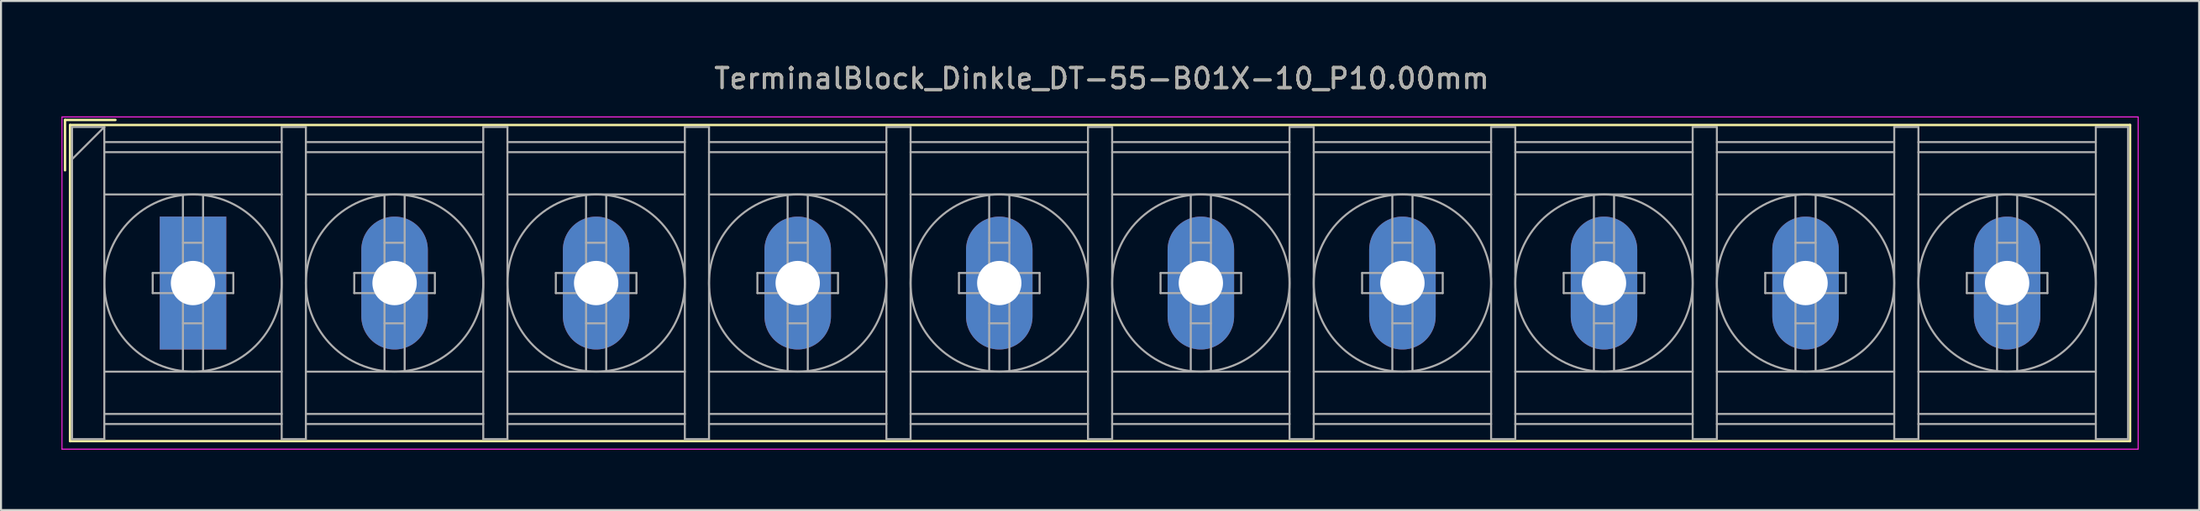
<source format=kicad_pcb>
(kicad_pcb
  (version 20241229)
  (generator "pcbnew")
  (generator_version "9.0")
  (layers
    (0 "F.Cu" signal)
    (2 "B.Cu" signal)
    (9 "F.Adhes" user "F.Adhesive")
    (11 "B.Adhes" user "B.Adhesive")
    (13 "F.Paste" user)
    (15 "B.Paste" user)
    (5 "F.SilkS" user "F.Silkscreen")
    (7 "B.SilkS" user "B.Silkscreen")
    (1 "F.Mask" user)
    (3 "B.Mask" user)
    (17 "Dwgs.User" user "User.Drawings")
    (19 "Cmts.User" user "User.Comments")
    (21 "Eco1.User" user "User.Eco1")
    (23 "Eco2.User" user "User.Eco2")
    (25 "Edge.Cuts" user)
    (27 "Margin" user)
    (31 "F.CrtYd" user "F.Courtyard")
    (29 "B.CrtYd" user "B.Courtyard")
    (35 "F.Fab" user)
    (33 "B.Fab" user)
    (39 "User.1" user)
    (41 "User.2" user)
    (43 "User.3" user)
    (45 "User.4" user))
  (footprint "TerminalBlock_Dinkle_DT-55-B01X-10_P10.00mm"
    (layer "F.Cu")
    (at 6.525 11.008)
    (property "Reference" "TerminalBlock_Dinkle_DT-55-B01X-10_P10.00mm" (at 45.08 -10.16 0) (layer "F.SilkS") (effects (font (size 1 1) (thickness 0.15))))
    (attr through_hole)
    (fp_line (start -6.35 -8.1) (end -3.85 -8.1) (stroke (width 0.12) (type solid)) (layer "F.SilkS"))
    (fp_line (start -6.35 -5.6) (end -6.35 -8.1) (stroke (width 0.12) (type solid)) (layer "F.SilkS"))
    (fp_line (start -6.1 -7.85) (end 96.1 -7.85) (stroke (width 0.12) (type solid)) (layer "F.SilkS"))
    (fp_line (start -6.1 7.85) (end -6.1 -7.85) (stroke (width 0.12) (type solid)) (layer "F.SilkS"))
    (fp_line (start -6.1 7.85) (end 96.1 7.85) (stroke (width 0.12) (type solid)) (layer "F.SilkS"))
    (fp_line (start 96.1 -7.85) (end 96.1 7.85) (stroke (width 0.12) (type solid)) (layer "F.SilkS"))
    (fp_line (start -6.5 -8.25) (end 96.5 -8.25) (stroke (width 0.05) (type solid)) (layer "F.CrtYd"))
    (fp_line (start -6.5 8.25) (end -6.5 -8.25) (stroke (width 0.05) (type solid)) (layer "F.CrtYd"))
    (fp_line (start -6.5 8.25) (end 96.5 8.25) (stroke (width 0.05) (type solid)) (layer "F.CrtYd"))
    (fp_line (start 96.5 -8.25) (end 96.5 8.25) (stroke (width 0.05) (type solid)) (layer "F.CrtYd"))
    (fp_line (start -6 -7.75) (end -6 7.75) (stroke (width 0.1) (type solid)) (layer "F.Fab"))
    (fp_line (start -6 -7.75) (end -4.4 -7.75) (stroke (width 0.1) (type solid)) (layer "F.Fab"))
    (fp_line (start -6 7.75) (end -4.4 7.75) (stroke (width 0.1) (type solid)) (layer "F.Fab"))
    (fp_line (start -4.4 -7.75) (end -6 -6.15) (stroke (width 0.1) (type solid)) (layer "F.Fab"))
    (fp_line (start -4.4 -7.75) (end -4.4 7.75) (stroke (width 0.1) (type solid)) (layer "F.Fab"))
    (fp_line (start -4.4 -7) (end 4.4 -7) (stroke (width 0.1) (type solid)) (layer "F.Fab"))
    (fp_line (start -4.4 -6.5) (end 4.4 -6.5) (stroke (width 0.1) (type solid)) (layer "F.Fab"))
    (fp_line (start -4.4 -4.4) (end 4.4 -4.4) (stroke (width 0.1) (type solid)) (layer "F.Fab"))
    (fp_line (start -4.4 4.4) (end 4.4 4.4) (stroke (width 0.1) (type solid)) (layer "F.Fab"))
    (fp_line (start -4.4 6.5) (end 4.4 6.5) (stroke (width 0.1) (type solid)) (layer "F.Fab"))
    (fp_line (start -4.4 7) (end 4.4 7) (stroke (width 0.1) (type solid)) (layer "F.Fab"))
    (fp_line (start -2 -0.5) (end -2 0.5) (stroke (width 0.1) (type solid)) (layer "F.Fab"))
    (fp_line (start -2 0.5) (end -0.5 0.5) (stroke (width 0.1) (type solid)) (layer "F.Fab"))
    (fp_line (start -0.5 -4.35) (end -0.5 -0.5) (stroke (width 0.1) (type solid)) (layer "F.Fab"))
    (fp_line (start -0.5 -2) (end 0.5 -2) (stroke (width 0.1) (type solid)) (layer "F.Fab"))
    (fp_line (start -0.5 -0.5) (end -2 -0.5) (stroke (width 0.1) (type solid)) (layer "F.Fab"))
    (fp_line (start -0.5 0.5) (end -0.5 4.35) (stroke (width 0.1) (type solid)) (layer "F.Fab"))
    (fp_line (start -0.5 2) (end 0.5 2) (stroke (width 0.1) (type solid)) (layer "F.Fab"))
    (fp_line (start 0.5 -4.35) (end 0.5 -0.5) (stroke (width 0.1) (type solid)) (layer "F.Fab"))
    (fp_line (start 0.5 -0.5) (end 2 -0.5) (stroke (width 0.1) (type solid)) (layer "F.Fab"))
    (fp_line (start 0.5 0.5) (end 0.5 4.35) (stroke (width 0.1) (type solid)) (layer "F.Fab"))
    (fp_line (start 2 -0.5) (end 2 0.5) (stroke (width 0.1) (type solid)) (layer "F.Fab"))
    (fp_line (start 2 0.5) (end 0.5 0.5) (stroke (width 0.1) (type solid)) (layer "F.Fab"))
    (fp_line (start 4.4 -7.75) (end 4.4 7.75) (stroke (width 0.1) (type solid)) (layer "F.Fab"))
    (fp_line (start 4.4 -7.75) (end 5.6 -7.75) (stroke (width 0.1) (type solid)) (layer "F.Fab"))
    (fp_line (start 4.4 7.75) (end 5.6 7.75) (stroke (width 0.1) (type solid)) (layer "F.Fab"))
    (fp_line (start 5.6 -7.75) (end 5.6 7.75) (stroke (width 0.1) (type solid)) (layer "F.Fab"))
    (fp_line (start 5.6 -7) (end 14.4 -7) (stroke (width 0.1) (type solid)) (layer "F.Fab"))
    (fp_line (start 5.6 -6.5) (end 14.4 -6.5) (stroke (width 0.1) (type solid)) (layer "F.Fab"))
    (fp_line (start 5.6 -4.4) (end 14.4 -4.4) (stroke (width 0.1) (type solid)) (layer "F.Fab"))
    (fp_line (start 5.6 4.4) (end 14.4 4.4) (stroke (width 0.1) (type solid)) (layer "F.Fab"))
    (fp_line (start 5.6 6.5) (end 14.4 6.5) (stroke (width 0.1) (type solid)) (layer "F.Fab"))
    (fp_line (start 5.6 7) (end 14.4 7) (stroke (width 0.1) (type solid)) (layer "F.Fab"))
    (fp_line (start 8 -0.5) (end 8 0.5) (stroke (width 0.1) (type solid)) (layer "F.Fab"))
    (fp_line (start 8 0.5) (end 9.5 0.5) (stroke (width 0.1) (type solid)) (layer "F.Fab"))
    (fp_line (start 9.5 -4.35) (end 9.5 -0.5) (stroke (width 0.1) (type solid)) (layer "F.Fab"))
    (fp_line (start 9.5 -2) (end 10.5 -2) (stroke (width 0.1) (type solid)) (layer "F.Fab"))
    (fp_line (start 9.5 -0.5) (end 8 -0.5) (stroke (width 0.1) (type solid)) (layer "F.Fab"))
    (fp_line (start 9.5 0.5) (end 9.5 4.35) (stroke (width 0.1) (type solid)) (layer "F.Fab"))
    (fp_line (start 9.5 2) (end 10.5 2) (stroke (width 0.1) (type solid)) (layer "F.Fab"))
    (fp_line (start 10.5 -4.35) (end 10.5 -0.5) (stroke (width 0.1) (type solid)) (layer "F.Fab"))
    (fp_line (start 10.5 -0.5) (end 12 -0.5) (stroke (width 0.1) (type solid)) (layer "F.Fab"))
    (fp_line (start 10.5 0.5) (end 10.5 4.35) (stroke (width 0.1) (type solid)) (layer "F.Fab"))
    (fp_line (start 12 -0.5) (end 12 0.5) (stroke (width 0.1) (type solid)) (layer "F.Fab"))
    (fp_line (start 12 0.5) (end 10.5 0.5) (stroke (width 0.1) (type solid)) (layer "F.Fab"))
    (fp_line (start 14.4 -7.75) (end 14.4 7.75) (stroke (width 0.1) (type solid)) (layer "F.Fab"))
    (fp_line (start 14.4 -7.75) (end 15.6 -7.75) (stroke (width 0.1) (type solid)) (layer "F.Fab"))
    (fp_line (start 14.4 7.75) (end 15.6 7.75) (stroke (width 0.1) (type solid)) (layer "F.Fab"))
    (fp_line (start 15.6 -7.75) (end 15.6 7.75) (stroke (width 0.1) (type solid)) (layer "F.Fab"))
    (fp_line (start 15.6 -7) (end 24.4 -7) (stroke (width 0.1) (type solid)) (layer "F.Fab"))
    (fp_line (start 15.6 -6.5) (end 24.4 -6.5) (stroke (width 0.1) (type solid)) (layer "F.Fab"))
    (fp_line (start 15.6 -4.4) (end 24.4 -4.4) (stroke (width 0.1) (type solid)) (layer "F.Fab"))
    (fp_line (start 15.6 4.4) (end 24.4 4.4) (stroke (width 0.1) (type solid)) (layer "F.Fab"))
    (fp_line (start 15.6 6.5) (end 24.4 6.5) (stroke (width 0.1) (type solid)) (layer "F.Fab"))
    (fp_line (start 15.6 7) (end 24.4 7) (stroke (width 0.1) (type solid)) (layer "F.Fab"))
    (fp_line (start 18 -0.5) (end 18 0.5) (stroke (width 0.1) (type solid)) (layer "F.Fab"))
    (fp_line (start 18 0.5) (end 19.5 0.5) (stroke (width 0.1) (type solid)) (layer "F.Fab"))
    (fp_line (start 19.5 -4.35) (end 19.5 -0.5) (stroke (width 0.1) (type solid)) (layer "F.Fab"))
    (fp_line (start 19.5 -2) (end 20.5 -2) (stroke (width 0.1) (type solid)) (layer "F.Fab"))
    (fp_line (start 19.5 -0.5) (end 18 -0.5) (stroke (width 0.1) (type solid)) (layer "F.Fab"))
    (fp_line (start 19.5 0.5) (end 19.5 4.35) (stroke (width 0.1) (type solid)) (layer "F.Fab"))
    (fp_line (start 19.5 2) (end 20.5 2) (stroke (width 0.1) (type solid)) (layer "F.Fab"))
    (fp_line (start 20.5 -4.35) (end 20.5 -0.5) (stroke (width 0.1) (type solid)) (layer "F.Fab"))
    (fp_line (start 20.5 -0.5) (end 22 -0.5) (stroke (width 0.1) (type solid)) (layer "F.Fab"))
    (fp_line (start 20.5 0.5) (end 20.5 4.35) (stroke (width 0.1) (type solid)) (layer "F.Fab"))
    (fp_line (start 22 -0.5) (end 22 0.5) (stroke (width 0.1) (type solid)) (layer "F.Fab"))
    (fp_line (start 22 0.5) (end 20.5 0.5) (stroke (width 0.1) (type solid)) (layer "F.Fab"))
    (fp_line (start 24.4 -7.75) (end 24.4 7.75) (stroke (width 0.1) (type solid)) (layer "F.Fab"))
    (fp_line (start 24.4 -7.75) (end 25.6 -7.75) (stroke (width 0.1) (type solid)) (layer "F.Fab"))
    (fp_line (start 24.4 7.75) (end 25.6 7.75) (stroke (width 0.1) (type solid)) (layer "F.Fab"))
    (fp_line (start 25.6 -7.75) (end 25.6 7.75) (stroke (width 0.1) (type solid)) (layer "F.Fab"))
    (fp_line (start 25.6 -7) (end 34.4 -7) (stroke (width 0.1) (type solid)) (layer "F.Fab"))
    (fp_line (start 25.6 -6.5) (end 34.4 -6.5) (stroke (width 0.1) (type solid)) (layer "F.Fab"))
    (fp_line (start 25.6 -4.4) (end 34.4 -4.4) (stroke (width 0.1) (type solid)) (layer "F.Fab"))
    (fp_line (start 25.6 4.4) (end 34.4 4.4) (stroke (width 0.1) (type solid)) (layer "F.Fab"))
    (fp_line (start 25.6 6.5) (end 34.4 6.5) (stroke (width 0.1) (type solid)) (layer "F.Fab"))
    (fp_line (start 25.6 7) (end 34.4 7) (stroke (width 0.1) (type solid)) (layer "F.Fab"))
    (fp_line (start 28 -0.5) (end 28 0.5) (stroke (width 0.1) (type solid)) (layer "F.Fab"))
    (fp_line (start 28 0.5) (end 29.5 0.5) (stroke (width 0.1) (type solid)) (layer "F.Fab"))
    (fp_line (start 29.5 -4.35) (end 29.5 -0.5) (stroke (width 0.1) (type solid)) (layer "F.Fab"))
    (fp_line (start 29.5 -2) (end 30.5 -2) (stroke (width 0.1) (type solid)) (layer "F.Fab"))
    (fp_line (start 29.5 -0.5) (end 28 -0.5) (stroke (width 0.1) (type solid)) (layer "F.Fab"))
    (fp_line (start 29.5 0.5) (end 29.5 4.35) (stroke (width 0.1) (type solid)) (layer "F.Fab"))
    (fp_line (start 29.5 2) (end 30.5 2) (stroke (width 0.1) (type solid)) (layer "F.Fab"))
    (fp_line (start 30.5 -4.35) (end 30.5 -0.5) (stroke (width 0.1) (type solid)) (layer "F.Fab"))
    (fp_line (start 30.5 -0.5) (end 32 -0.5) (stroke (width 0.1) (type solid)) (layer "F.Fab"))
    (fp_line (start 30.5 0.5) (end 30.5 4.35) (stroke (width 0.1) (type solid)) (layer "F.Fab"))
    (fp_line (start 32 -0.5) (end 32 0.5) (stroke (width 0.1) (type solid)) (layer "F.Fab"))
    (fp_line (start 32 0.5) (end 30.5 0.5) (stroke (width 0.1) (type solid)) (layer "F.Fab"))
    (fp_line (start 34.4 -7.75) (end 34.4 7.75) (stroke (width 0.1) (type solid)) (layer "F.Fab"))
    (fp_line (start 34.4 -7.75) (end 35.6 -7.75) (stroke (width 0.1) (type solid)) (layer "F.Fab"))
    (fp_line (start 34.4 7.75) (end 35.6 7.75) (stroke (width 0.1) (type solid)) (layer "F.Fab"))
    (fp_line (start 35.6 -7.75) (end 35.6 7.75) (stroke (width 0.1) (type solid)) (layer "F.Fab"))
    (fp_line (start 35.6 -7) (end 44.4 -7) (stroke (width 0.1) (type solid)) (layer "F.Fab"))
    (fp_line (start 35.6 -6.5) (end 44.4 -6.5) (stroke (width 0.1) (type solid)) (layer "F.Fab"))
    (fp_line (start 35.6 -4.4) (end 44.4 -4.4) (stroke (width 0.1) (type solid)) (layer "F.Fab"))
    (fp_line (start 35.6 4.4) (end 44.4 4.4) (stroke (width 0.1) (type solid)) (layer "F.Fab"))
    (fp_line (start 35.6 6.5) (end 44.4 6.5) (stroke (width 0.1) (type solid)) (layer "F.Fab"))
    (fp_line (start 35.6 7) (end 44.4 7) (stroke (width 0.1) (type solid)) (layer "F.Fab"))
    (fp_line (start 38 -0.5) (end 38 0.5) (stroke (width 0.1) (type solid)) (layer "F.Fab"))
    (fp_line (start 38 0.5) (end 39.5 0.5) (stroke (width 0.1) (type solid)) (layer "F.Fab"))
    (fp_line (start 39.5 -4.35) (end 39.5 -0.5) (stroke (width 0.1) (type solid)) (layer "F.Fab"))
    (fp_line (start 39.5 -2) (end 40.5 -2) (stroke (width 0.1) (type solid)) (layer "F.Fab"))
    (fp_line (start 39.5 -0.5) (end 38 -0.5) (stroke (width 0.1) (type solid)) (layer "F.Fab"))
    (fp_line (start 39.5 0.5) (end 39.5 4.35) (stroke (width 0.1) (type solid)) (layer "F.Fab"))
    (fp_line (start 39.5 2) (end 40.5 2) (stroke (width 0.1) (type solid)) (layer "F.Fab"))
    (fp_line (start 40.5 -4.35) (end 40.5 -0.5) (stroke (width 0.1) (type solid)) (layer "F.Fab"))
    (fp_line (start 40.5 -0.5) (end 42 -0.5) (stroke (width 0.1) (type solid)) (layer "F.Fab"))
    (fp_line (start 40.5 0.5) (end 40.5 4.35) (stroke (width 0.1) (type solid)) (layer "F.Fab"))
    (fp_line (start 42 -0.5) (end 42 0.5) (stroke (width 0.1) (type solid)) (layer "F.Fab"))
    (fp_line (start 42 0.5) (end 40.5 0.5) (stroke (width 0.1) (type solid)) (layer "F.Fab"))
    (fp_line (start 44.4 -7.75) (end 44.4 7.75) (stroke (width 0.1) (type solid)) (layer "F.Fab"))
    (fp_line (start 44.4 -7.75) (end 45.6 -7.75) (stroke (width 0.1) (type solid)) (layer "F.Fab"))
    (fp_line (start 44.4 7.75) (end 45.6 7.75) (stroke (width 0.1) (type solid)) (layer "F.Fab"))
    (fp_line (start 45.6 -7.75) (end 45.6 7.75) (stroke (width 0.1) (type solid)) (layer "F.Fab"))
    (fp_line (start 45.6 -7) (end 54.4 -7) (stroke (width 0.1) (type solid)) (layer "F.Fab"))
    (fp_line (start 45.6 -6.5) (end 54.4 -6.5) (stroke (width 0.1) (type solid)) (layer "F.Fab"))
    (fp_line (start 45.6 -4.4) (end 54.4 -4.4) (stroke (width 0.1) (type solid)) (layer "F.Fab"))
    (fp_line (start 45.6 4.4) (end 54.4 4.4) (stroke (width 0.1) (type solid)) (layer "F.Fab"))
    (fp_line (start 45.6 6.5) (end 54.4 6.5) (stroke (width 0.1) (type solid)) (layer "F.Fab"))
    (fp_line (start 45.6 7) (end 54.4 7) (stroke (width 0.1) (type solid)) (layer "F.Fab"))
    (fp_line (start 48 -0.5) (end 48 0.5) (stroke (width 0.1) (type solid)) (layer "F.Fab"))
    (fp_line (start 48 0.5) (end 49.5 0.5) (stroke (width 0.1) (type solid)) (layer "F.Fab"))
    (fp_line (start 49.5 -4.35) (end 49.5 -0.5) (stroke (width 0.1) (type solid)) (layer "F.Fab"))
    (fp_line (start 49.5 -2) (end 50.5 -2) (stroke (width 0.1) (type solid)) (layer "F.Fab"))
    (fp_line (start 49.5 -0.5) (end 48 -0.5) (stroke (width 0.1) (type solid)) (layer "F.Fab"))
    (fp_line (start 49.5 0.5) (end 49.5 4.35) (stroke (width 0.1) (type solid)) (layer "F.Fab"))
    (fp_line (start 49.5 2) (end 50.5 2) (stroke (width 0.1) (type solid)) (layer "F.Fab"))
    (fp_line (start 50.5 -4.35) (end 50.5 -0.5) (stroke (width 0.1) (type solid)) (layer "F.Fab"))
    (fp_line (start 50.5 -0.5) (end 52 -0.5) (stroke (width 0.1) (type solid)) (layer "F.Fab"))
    (fp_line (start 50.5 0.5) (end 50.5 4.35) (stroke (width 0.1) (type solid)) (layer "F.Fab"))
    (fp_line (start 52 -0.5) (end 52 0.5) (stroke (width 0.1) (type solid)) (layer "F.Fab"))
    (fp_line (start 52 0.5) (end 50.5 0.5) (stroke (width 0.1) (type solid)) (layer "F.Fab"))
    (fp_line (start 54.4 -7.75) (end 54.4 7.75) (stroke (width 0.1) (type solid)) (layer "F.Fab"))
    (fp_line (start 54.4 -7.75) (end 55.6 -7.75) (stroke (width 0.1) (type solid)) (layer "F.Fab"))
    (fp_line (start 54.4 7.75) (end 55.6 7.75) (stroke (width 0.1) (type solid)) (layer "F.Fab"))
    (fp_line (start 55.6 -7.75) (end 55.6 7.75) (stroke (width 0.1) (type solid)) (layer "F.Fab"))
    (fp_line (start 55.6 -7) (end 64.4 -7) (stroke (width 0.1) (type solid)) (layer "F.Fab"))
    (fp_line (start 55.6 -6.5) (end 64.4 -6.5) (stroke (width 0.1) (type solid)) (layer "F.Fab"))
    (fp_line (start 55.6 -4.4) (end 64.4 -4.4) (stroke (width 0.1) (type solid)) (layer "F.Fab"))
    (fp_line (start 55.6 4.4) (end 64.4 4.4) (stroke (width 0.1) (type solid)) (layer "F.Fab"))
    (fp_line (start 55.6 6.5) (end 64.4 6.5) (stroke (width 0.1) (type solid)) (layer "F.Fab"))
    (fp_line (start 55.6 7) (end 64.4 7) (stroke (width 0.1) (type solid)) (layer "F.Fab"))
    (fp_line (start 58 -0.5) (end 58 0.5) (stroke (width 0.1) (type solid)) (layer "F.Fab"))
    (fp_line (start 58 0.5) (end 59.5 0.5) (stroke (width 0.1) (type solid)) (layer "F.Fab"))
    (fp_line (start 59.5 -4.35) (end 59.5 -0.5) (stroke (width 0.1) (type solid)) (layer "F.Fab"))
    (fp_line (start 59.5 -2) (end 60.5 -2) (stroke (width 0.1) (type solid)) (layer "F.Fab"))
    (fp_line (start 59.5 -0.5) (end 58 -0.5) (stroke (width 0.1) (type solid)) (layer "F.Fab"))
    (fp_line (start 59.5 0.5) (end 59.5 4.35) (stroke (width 0.1) (type solid)) (layer "F.Fab"))
    (fp_line (start 59.5 2) (end 60.5 2) (stroke (width 0.1) (type solid)) (layer "F.Fab"))
    (fp_line (start 60.5 -4.35) (end 60.5 -0.5) (stroke (width 0.1) (type solid)) (layer "F.Fab"))
    (fp_line (start 60.5 -0.5) (end 62 -0.5) (stroke (width 0.1) (type solid)) (layer "F.Fab"))
    (fp_line (start 60.5 0.5) (end 60.5 4.35) (stroke (width 0.1) (type solid)) (layer "F.Fab"))
    (fp_line (start 62 -0.5) (end 62 0.5) (stroke (width 0.1) (type solid)) (layer "F.Fab"))
    (fp_line (start 62 0.5) (end 60.5 0.5) (stroke (width 0.1) (type solid)) (layer "F.Fab"))
    (fp_line (start 64.4 -7.75) (end 64.4 7.75) (stroke (width 0.1) (type solid)) (layer "F.Fab"))
    (fp_line (start 64.4 -7.75) (end 65.6 -7.75) (stroke (width 0.1) (type solid)) (layer "F.Fab"))
    (fp_line (start 64.4 7.75) (end 65.6 7.75) (stroke (width 0.1) (type solid)) (layer "F.Fab"))
    (fp_line (start 65.6 -7.75) (end 65.6 7.75) (stroke (width 0.1) (type solid)) (layer "F.Fab"))
    (fp_line (start 65.6 -7) (end 74.4 -7) (stroke (width 0.1) (type solid)) (layer "F.Fab"))
    (fp_line (start 65.6 -6.5) (end 74.4 -6.5) (stroke (width 0.1) (type solid)) (layer "F.Fab"))
    (fp_line (start 65.6 -4.4) (end 74.4 -4.4) (stroke (width 0.1) (type solid)) (layer "F.Fab"))
    (fp_line (start 65.6 4.4) (end 74.4 4.4) (stroke (width 0.1) (type solid)) (layer "F.Fab"))
    (fp_line (start 65.6 6.5) (end 74.4 6.5) (stroke (width 0.1) (type solid)) (layer "F.Fab"))
    (fp_line (start 65.6 7) (end 74.4 7) (stroke (width 0.1) (type solid)) (layer "F.Fab"))
    (fp_line (start 68 -0.5) (end 68 0.5) (stroke (width 0.1) (type solid)) (layer "F.Fab"))
    (fp_line (start 68 0.5) (end 69.5 0.5) (stroke (width 0.1) (type solid)) (layer "F.Fab"))
    (fp_line (start 69.5 -4.35) (end 69.5 -0.5) (stroke (width 0.1) (type solid)) (layer "F.Fab"))
    (fp_line (start 69.5 -2) (end 70.5 -2) (stroke (width 0.1) (type solid)) (layer "F.Fab"))
    (fp_line (start 69.5 -0.5) (end 68 -0.5) (stroke (width 0.1) (type solid)) (layer "F.Fab"))
    (fp_line (start 69.5 0.5) (end 69.5 4.35) (stroke (width 0.1) (type solid)) (layer "F.Fab"))
    (fp_line (start 69.5 2) (end 70.5 2) (stroke (width 0.1) (type solid)) (layer "F.Fab"))
    (fp_line (start 70.5 -4.35) (end 70.5 -0.5) (stroke (width 0.1) (type solid)) (layer "F.Fab"))
    (fp_line (start 70.5 -0.5) (end 72 -0.5) (stroke (width 0.1) (type solid)) (layer "F.Fab"))
    (fp_line (start 70.5 0.5) (end 70.5 4.35) (stroke (width 0.1) (type solid)) (layer "F.Fab"))
    (fp_line (start 72 -0.5) (end 72 0.5) (stroke (width 0.1) (type solid)) (layer "F.Fab"))
    (fp_line (start 72 0.5) (end 70.5 0.5) (stroke (width 0.1) (type solid)) (layer "F.Fab"))
    (fp_line (start 74.4 -7.75) (end 74.4 7.75) (stroke (width 0.1) (type solid)) (layer "F.Fab"))
    (fp_line (start 74.4 -7.75) (end 75.6 -7.75) (stroke (width 0.1) (type solid)) (layer "F.Fab"))
    (fp_line (start 74.4 7.75) (end 75.6 7.75) (stroke (width 0.1) (type solid)) (layer "F.Fab"))
    (fp_line (start 75.6 -7.75) (end 75.6 7.75) (stroke (width 0.1) (type solid)) (layer "F.Fab"))
    (fp_line (start 75.6 -7) (end 84.4 -7) (stroke (width 0.1) (type solid)) (layer "F.Fab"))
    (fp_line (start 75.6 -6.5) (end 84.4 -6.5) (stroke (width 0.1) (type solid)) (layer "F.Fab"))
    (fp_line (start 75.6 -4.4) (end 84.4 -4.4) (stroke (width 0.1) (type solid)) (layer "F.Fab"))
    (fp_line (start 75.6 4.4) (end 84.4 4.4) (stroke (width 0.1) (type solid)) (layer "F.Fab"))
    (fp_line (start 75.6 6.5) (end 84.4 6.5) (stroke (width 0.1) (type solid)) (layer "F.Fab"))
    (fp_line (start 75.6 7) (end 84.4 7) (stroke (width 0.1) (type solid)) (layer "F.Fab"))
    (fp_line (start 78 -0.5) (end 78 0.5) (stroke (width 0.1) (type solid)) (layer "F.Fab"))
    (fp_line (start 78 0.5) (end 79.5 0.5) (stroke (width 0.1) (type solid)) (layer "F.Fab"))
    (fp_line (start 79.5 -4.35) (end 79.5 -0.5) (stroke (width 0.1) (type solid)) (layer "F.Fab"))
    (fp_line (start 79.5 -2) (end 80.5 -2) (stroke (width 0.1) (type solid)) (layer "F.Fab"))
    (fp_line (start 79.5 -0.5) (end 78 -0.5) (stroke (width 0.1) (type solid)) (layer "F.Fab"))
    (fp_line (start 79.5 0.5) (end 79.5 4.35) (stroke (width 0.1) (type solid)) (layer "F.Fab"))
    (fp_line (start 79.5 2) (end 80.5 2) (stroke (width 0.1) (type solid)) (layer "F.Fab"))
    (fp_line (start 80.5 -4.35) (end 80.5 -0.5) (stroke (width 0.1) (type solid)) (layer "F.Fab"))
    (fp_line (start 80.5 -0.5) (end 82 -0.5) (stroke (width 0.1) (type solid)) (layer "F.Fab"))
    (fp_line (start 80.5 0.5) (end 80.5 4.35) (stroke (width 0.1) (type solid)) (layer "F.Fab"))
    (fp_line (start 82 -0.5) (end 82 0.5) (stroke (width 0.1) (type solid)) (layer "F.Fab"))
    (fp_line (start 82 0.5) (end 80.5 0.5) (stroke (width 0.1) (type solid)) (layer "F.Fab"))
    (fp_line (start 84.4 -7.75) (end 84.4 7.75) (stroke (width 0.1) (type solid)) (layer "F.Fab"))
    (fp_line (start 84.4 -7.75) (end 85.6 -7.75) (stroke (width 0.1) (type solid)) (layer "F.Fab"))
    (fp_line (start 84.4 7.75) (end 85.6 7.75) (stroke (width 0.1) (type solid)) (layer "F.Fab"))
    (fp_line (start 85.6 -7.75) (end 85.6 7.75) (stroke (width 0.1) (type solid)) (layer "F.Fab"))
    (fp_line (start 85.6 -7) (end 94.4 -7) (stroke (width 0.1) (type solid)) (layer "F.Fab"))
    (fp_line (start 85.6 -6.5) (end 94.4 -6.5) (stroke (width 0.1) (type solid)) (layer "F.Fab"))
    (fp_line (start 85.6 -4.4) (end 94.4 -4.4) (stroke (width 0.1) (type solid)) (layer "F.Fab"))
    (fp_line (start 85.6 4.4) (end 94.4 4.4) (stroke (width 0.1) (type solid)) (layer "F.Fab"))
    (fp_line (start 85.6 6.5) (end 94.4 6.5) (stroke (width 0.1) (type solid)) (layer "F.Fab"))
    (fp_line (start 85.6 7) (end 94.4 7) (stroke (width 0.1) (type solid)) (layer "F.Fab"))
    (fp_line (start 88 -0.5) (end 88 0.5) (stroke (width 0.1) (type solid)) (layer "F.Fab"))
    (fp_line (start 88 0.5) (end 89.5 0.5) (stroke (width 0.1) (type solid)) (layer "F.Fab"))
    (fp_line (start 89.5 -4.35) (end 89.5 -0.5) (stroke (width 0.1) (type solid)) (layer "F.Fab"))
    (fp_line (start 89.5 -2) (end 90.5 -2) (stroke (width 0.1) (type solid)) (layer "F.Fab"))
    (fp_line (start 89.5 -0.5) (end 88 -0.5) (stroke (width 0.1) (type solid)) (layer "F.Fab"))
    (fp_line (start 89.5 0.5) (end 89.5 4.35) (stroke (width 0.1) (type solid)) (layer "F.Fab"))
    (fp_line (start 89.5 2) (end 90.5 2) (stroke (width 0.1) (type solid)) (layer "F.Fab"))
    (fp_line (start 90.5 -4.35) (end 90.5 -0.5) (stroke (width 0.1) (type solid)) (layer "F.Fab"))
    (fp_line (start 90.5 -0.5) (end 92 -0.5) (stroke (width 0.1) (type solid)) (layer "F.Fab"))
    (fp_line (start 90.5 0.5) (end 90.5 4.35) (stroke (width 0.1) (type solid)) (layer "F.Fab"))
    (fp_line (start 92 -0.5) (end 92 0.5) (stroke (width 0.1) (type solid)) (layer "F.Fab"))
    (fp_line (start 92 0.5) (end 90.5 0.5) (stroke (width 0.1) (type solid)) (layer "F.Fab"))
    (fp_line (start 94.4 -7.75) (end 94.4 7.75) (stroke (width 0.1) (type solid)) (layer "F.Fab"))
    (fp_line (start 94.4 -7.75) (end 96 -7.75) (stroke (width 0.1) (type solid)) (layer "F.Fab"))
    (fp_line (start 94.4 7.75) (end 96 7.75) (stroke (width 0.1) (type solid)) (layer "F.Fab"))
    (fp_line (start 96 -7.75) (end 96 7.75) (stroke (width 0.1) (type solid)) (layer "F.Fab"))
    (fp_circle (center 0 0) (end 0.5 0.5) (stroke (width 0.1) (type solid)) (fill no) (layer "F.Fab"))
    (fp_circle (center 0 0) (end 4.4 0) (stroke (width 0.1) (type solid)) (fill no) (layer "F.Fab"))
    (fp_circle (center 10 0) (end 10.5 0.5) (stroke (width 0.1) (type solid)) (fill no) (layer "F.Fab"))
    (fp_circle (center 10 0) (end 14.4 0) (stroke (width 0.1) (type solid)) (fill no) (layer "F.Fab"))
    (fp_circle (center 20 0) (end 20.5 0.5) (stroke (width 0.1) (type solid)) (fill no) (layer "F.Fab"))
    (fp_circle (center 20 0) (end 24.4 0) (stroke (width 0.1) (type solid)) (fill no) (layer "F.Fab"))
    (fp_circle (center 30 0) (end 30.5 0.5) (stroke (width 0.1) (type solid)) (fill no) (layer "F.Fab"))
    (fp_circle (center 30 0) (end 34.4 0) (stroke (width 0.1) (type solid)) (fill no) (layer "F.Fab"))
    (fp_circle (center 40 0) (end 40.5 0.5) (stroke (width 0.1) (type solid)) (fill no) (layer "F.Fab"))
    (fp_circle (center 40 0) (end 44.4 0) (stroke (width 0.1) (type solid)) (fill no) (layer "F.Fab"))
    (fp_circle (center 50 0) (end 50.5 0.5) (stroke (width 0.1) (type solid)) (fill no) (layer "F.Fab"))
    (fp_circle (center 50 0) (end 54.4 0) (stroke (width 0.1) (type solid)) (fill no) (layer "F.Fab"))
    (fp_circle (center 60 0) (end 60.5 0.5) (stroke (width 0.1) (type solid)) (fill no) (layer "F.Fab"))
    (fp_circle (center 60 0) (end 64.4 0) (stroke (width 0.1) (type solid)) (fill no) (layer "F.Fab"))
    (fp_circle (center 70 0) (end 70.5 0.5) (stroke (width 0.1) (type solid)) (fill no) (layer "F.Fab"))
    (fp_circle (center 70 0) (end 74.4 0) (stroke (width 0.1) (type solid)) (fill no) (layer "F.Fab"))
    (fp_circle (center 80 0) (end 80.5 0.5) (stroke (width 0.1) (type solid)) (fill no) (layer "F.Fab"))
    (fp_circle (center 80 0) (end 84.4 0) (stroke (width 0.1) (type solid)) (fill no) (layer "F.Fab"))
    (fp_circle (center 90 0) (end 90.5 0.5) (stroke (width 0.1) (type solid)) (fill no) (layer "F.Fab"))
    (fp_circle (center 90 0) (end 94.4 0) (stroke (width 0.1) (type solid)) (fill no) (layer "F.Fab"))
    (fp_text user "${REFERENCE}" (at 45.08 -10.16 0) (layer "F.Fab") (effects (font (size 1 1) (thickness 0.15))))
    (pad "1" thru_hole rect (at 0 0) (size 3.3 6.6) (drill 2.2) (layers "*.Cu" "*.Mask"))
    (pad "2" thru_hole oval (at 10 0) (size 3.3 6.6) (drill 2.2) (layers "*.Cu" "*.Mask"))
    (pad "3" thru_hole oval (at 20 0) (size 3.3 6.6) (drill 2.2) (layers "*.Cu" "*.Mask"))
    (pad "4" thru_hole oval (at 30 0) (size 3.3 6.6) (drill 2.2) (layers "*.Cu" "*.Mask"))
    (pad "5" thru_hole oval (at 40 0) (size 3.3 6.6) (drill 2.2) (layers "*.Cu" "*.Mask"))
    (pad "6" thru_hole oval (at 50 0) (size 3.3 6.6) (drill 2.2) (layers "*.Cu" "*.Mask"))
    (pad "7" thru_hole oval (at 60 0) (size 3.3 6.6) (drill 2.2) (layers "*.Cu" "*.Mask"))
    (pad "8" thru_hole oval (at 70 0) (size 3.3 6.6) (drill 2.2) (layers "*.Cu" "*.Mask"))
    (pad "9" thru_hole oval (at 80 0) (size 3.3 6.6) (drill 2.2) (layers "*.Cu" "*.Mask"))
    (pad "10" thru_hole oval (at 90 0) (size 3.3 6.6) (drill 2.2) (layers "*.Cu" "*.Mask")))
  (gr_rect
    (start -3 -3)
    (end 106.05 22.283)
    (stroke (width 0.1) (type default))
    (fill no)
    (layer "Edge.Cuts")))
</source>
